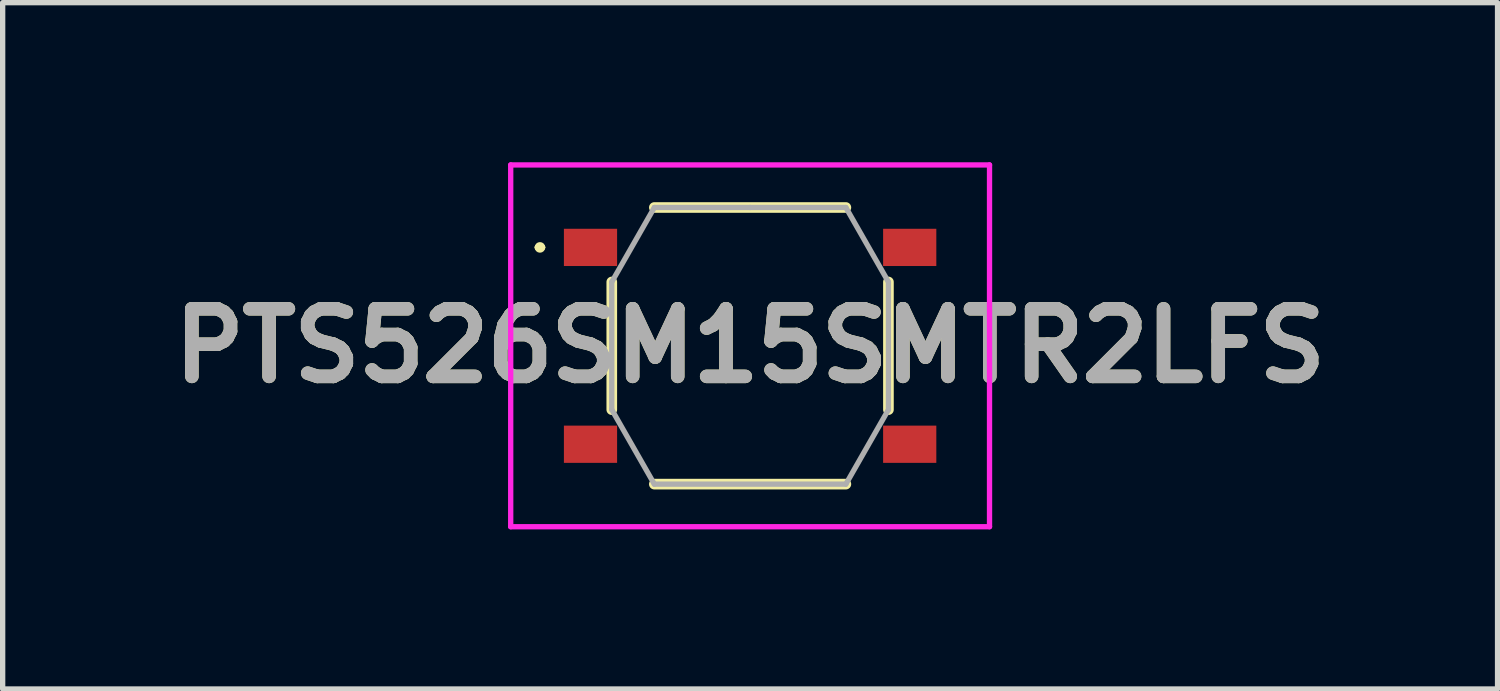
<source format=kicad_pcb>
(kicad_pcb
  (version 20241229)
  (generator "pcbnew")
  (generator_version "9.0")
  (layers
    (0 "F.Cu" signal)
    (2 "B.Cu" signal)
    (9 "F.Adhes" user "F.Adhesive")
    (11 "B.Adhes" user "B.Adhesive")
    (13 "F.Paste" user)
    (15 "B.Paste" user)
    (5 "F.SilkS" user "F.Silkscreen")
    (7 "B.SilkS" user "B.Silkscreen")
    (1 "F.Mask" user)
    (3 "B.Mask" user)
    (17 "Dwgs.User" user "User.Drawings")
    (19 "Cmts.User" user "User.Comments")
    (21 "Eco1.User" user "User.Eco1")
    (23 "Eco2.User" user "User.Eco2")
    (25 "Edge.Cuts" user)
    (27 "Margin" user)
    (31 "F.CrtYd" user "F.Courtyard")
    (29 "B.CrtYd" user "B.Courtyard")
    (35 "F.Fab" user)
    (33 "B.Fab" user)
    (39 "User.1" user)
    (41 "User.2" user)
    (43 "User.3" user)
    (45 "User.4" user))
  (footprint "PTS526SM15SMTR2LFS"
    (layer "F.Cu")
    (at 11.049 3.45)
    (property "Reference" "PTS526SM15SMTR2LFS" (at 0 0 0) (layer "F.SilkS") (effects (font (size 1.27 1.27) (thickness 0.254))))
    (attr smd)
    (fp_line (start -4 -1.85) (end -4 -1.85) (stroke (width 0.1) (type solid)) (layer "F.SilkS"))
    (fp_line (start -3.9 -1.85) (end -3.9 -1.85) (stroke (width 0.1) (type solid)) (layer "F.SilkS"))
    (fp_line (start -2.6 -1.2) (end -2.6 1.2) (stroke (width 0.2) (type solid)) (layer "F.SilkS"))
    (fp_line (start -1.8 -2.6) (end 1.8 -2.6) (stroke (width 0.2) (type solid)) (layer "F.SilkS"))
    (fp_line (start -1.8 2.6) (end 1.8 2.6) (stroke (width 0.2) (type solid)) (layer "F.SilkS"))
    (fp_line (start 2.6 -1.2) (end 2.6 1.2) (stroke (width 0.2) (type solid)) (layer "F.SilkS"))
    (fp_arc (start -4 -1.85) (mid -3.95 -1.9) (end -3.9 -1.85) (stroke (width 0.1) (type solid)) (layer "F.SilkS"))
    (fp_arc (start -3.9 -1.85) (mid -3.95 -1.8) (end -4 -1.85) (stroke (width 0.1) (type solid)) (layer "F.SilkS"))
    (fp_line (start -4.5 -3.4) (end 4.5 -3.4) (stroke (width 0.1) (type solid)) (layer "F.CrtYd"))
    (fp_line (start -4.5 3.4) (end -4.5 -3.4) (stroke (width 0.1) (type solid)) (layer "F.CrtYd"))
    (fp_line (start 4.5 -3.4) (end 4.5 3.4) (stroke (width 0.1) (type solid)) (layer "F.CrtYd"))
    (fp_line (start 4.5 3.4) (end -4.5 3.4) (stroke (width 0.1) (type solid)) (layer "F.CrtYd"))
    (fp_line (start -2.6 -1.2) (end -2.6 1.2) (stroke (width 0.1) (type solid)) (layer "F.Fab"))
    (fp_line (start -2.6 1.2) (end -1.8 2.6) (stroke (width 0.1) (type solid)) (layer "F.Fab"))
    (fp_line (start -1.8 -2.6) (end -2.6 -1.2) (stroke (width 0.1) (type solid)) (layer "F.Fab"))
    (fp_line (start -1.8 2.6) (end 1.8 2.6) (stroke (width 0.1) (type solid)) (layer "F.Fab"))
    (fp_line (start 0 -2.6) (end -1.8 -2.6) (stroke (width 0.1) (type solid)) (layer "F.Fab"))
    (fp_line (start 1.8 -2.6) (end 0 -2.6) (stroke (width 0.1) (type solid)) (layer "F.Fab"))
    (fp_line (start 1.8 2.6) (end 2.6 1.2) (stroke (width 0.1) (type solid)) (layer "F.Fab"))
    (fp_line (start 2.6 -1.2) (end 1.8 -2.6) (stroke (width 0.1) (type solid)) (layer "F.Fab"))
    (fp_line (start 2.6 1.2) (end 2.6 -1.2) (stroke (width 0.1) (type solid)) (layer "F.Fab"))
    (fp_text user "${REFERENCE}" (at 0 0 0) (layer "F.Fab") (effects (font (size 1.27 1.27) (thickness 0.254))))
    (pad "1" smd rect (at -3 -1.85 90) (size 0.7 1) (layers "F.Cu" "F.Mask" "F.Paste"))
    (pad "2" smd rect (at 3 -1.85 90) (size 0.7 1) (layers "F.Cu" "F.Mask" "F.Paste"))
    (pad "3" smd rect (at -3 1.85 90) (size 0.7 1) (layers "F.Cu" "F.Mask" "F.Paste"))
    (pad "4" smd rect (at 3 1.85 90) (size 0.7 1) (layers "F.Cu" "F.Mask" "F.Paste")))
  (gr_rect
    (start -3 -3)
    (end 25.098 9.9)
    (stroke (width 0.1) (type default))
    (fill no)
    (layer "Edge.Cuts")))
</source>
